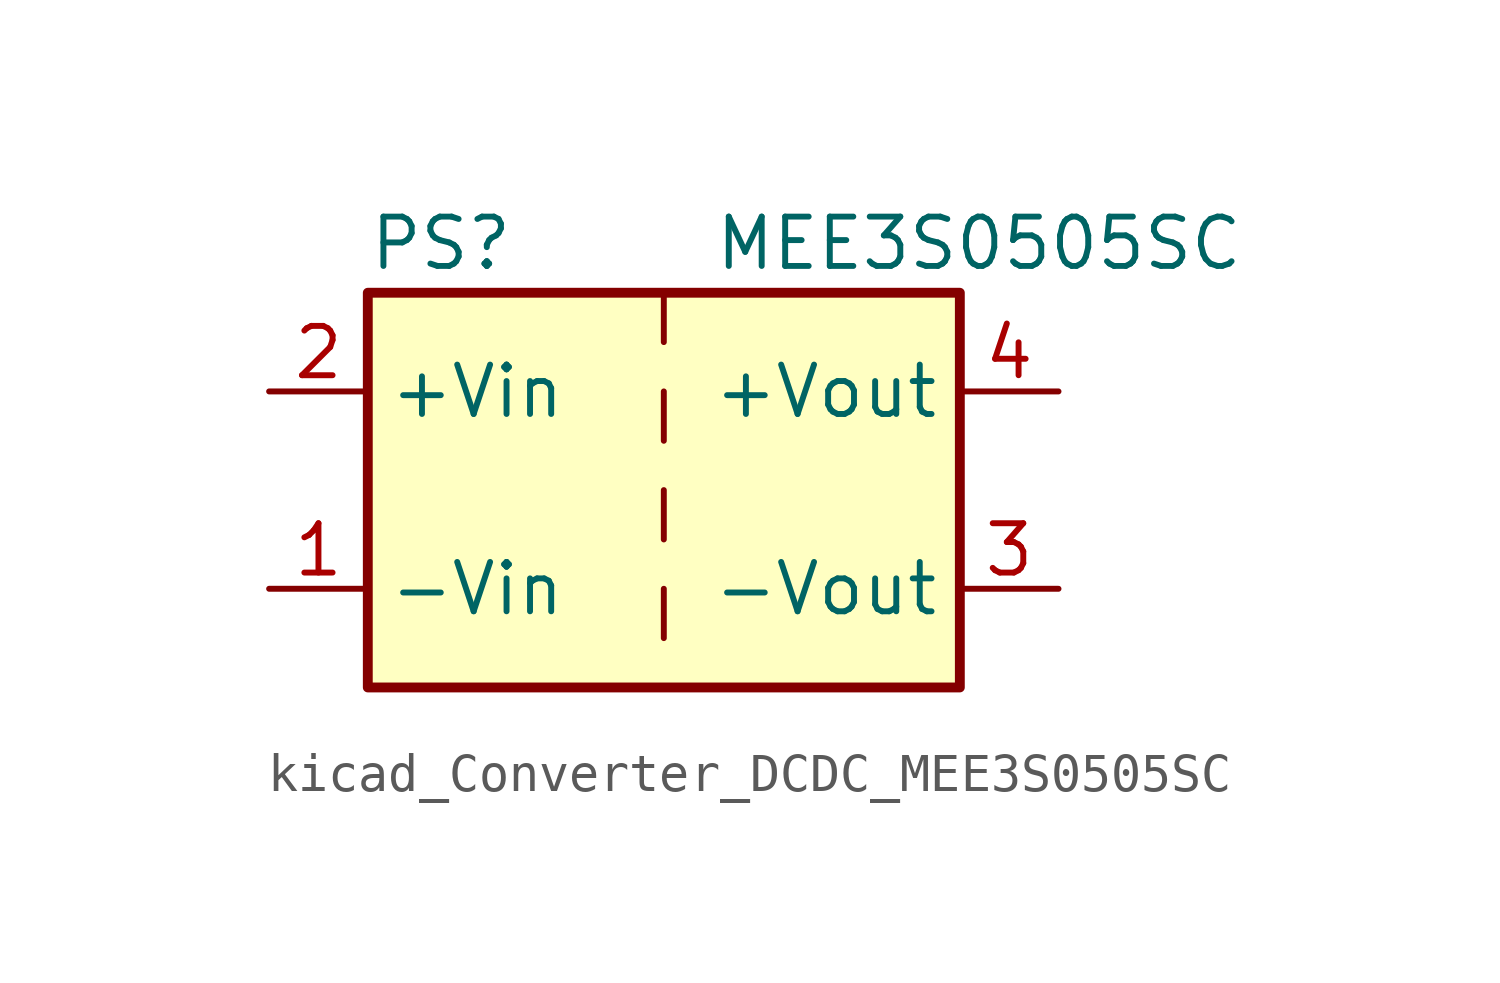
<source format=kicad_sym>
(kicad_symbol_lib
  (version 20220914)
  (generator kicad_symbol_editor)
  (symbol "kicad_Converter_DCDC_MEE3S0505SC"
    (property "Reference" "PS"
      (at -7.62 6.35 0)
      (effects (font (size 1.27 1.27)) (justify left)))
    (property "Value" "MEE3S0505SC"
      (at 1.27 6.35 0)
      (effects (font (size 1.27 1.27)) (justify left)))
    (symbol "kicad_Converter_DCDC_MEE3S0505SC_0_0"
      (pin power_in line (at -10.16 -2.54 0) (length 2.54) (name "-Vin" (effects (font (size 1.27 1.27)))) (number "1" (effects (font (size 1.27 1.27)))))
      (pin power_in line (at -10.16 2.54 0) (length 2.54) (name "+Vin" (effects (font (size 1.27 1.27)))) (number "2" (effects (font (size 1.27 1.27)))))
      (pin power_out line (at 10.16 -2.54 180) (length 2.54) (name "-Vout" (effects (font (size 1.27 1.27)))) (number "3" (effects (font (size 1.27 1.27)))))
      (pin power_out line (at 10.16 2.54 180) (length 2.54) (name "+Vout" (effects (font (size 1.27 1.27)))) (number "4" (effects (font (size 1.27 1.27))))))
    (symbol "kicad_Converter_DCDC_MEE3S0505SC_0_1"
      (rectangle (start -7.62 5.08) (end 7.62 -5.08) (stroke (width 0.254) (type default)) (fill (type background)))
      (polyline (pts (xy 0 -2.54) (xy 0 -3.81)) (stroke (width 0) (type default)) (fill (type none)))
      (polyline (pts (xy 0 0) (xy 0 -1.27)) (stroke (width 0) (type default)) (fill (type none)))
      (polyline (pts (xy 0 2.54) (xy 0 1.27)) (stroke (width 0) (type default)) (fill (type none)))
      (polyline (pts (xy 0 5.08) (xy 0 3.81)) (stroke (width 0) (type default)) (fill (type none))))))
</source>
